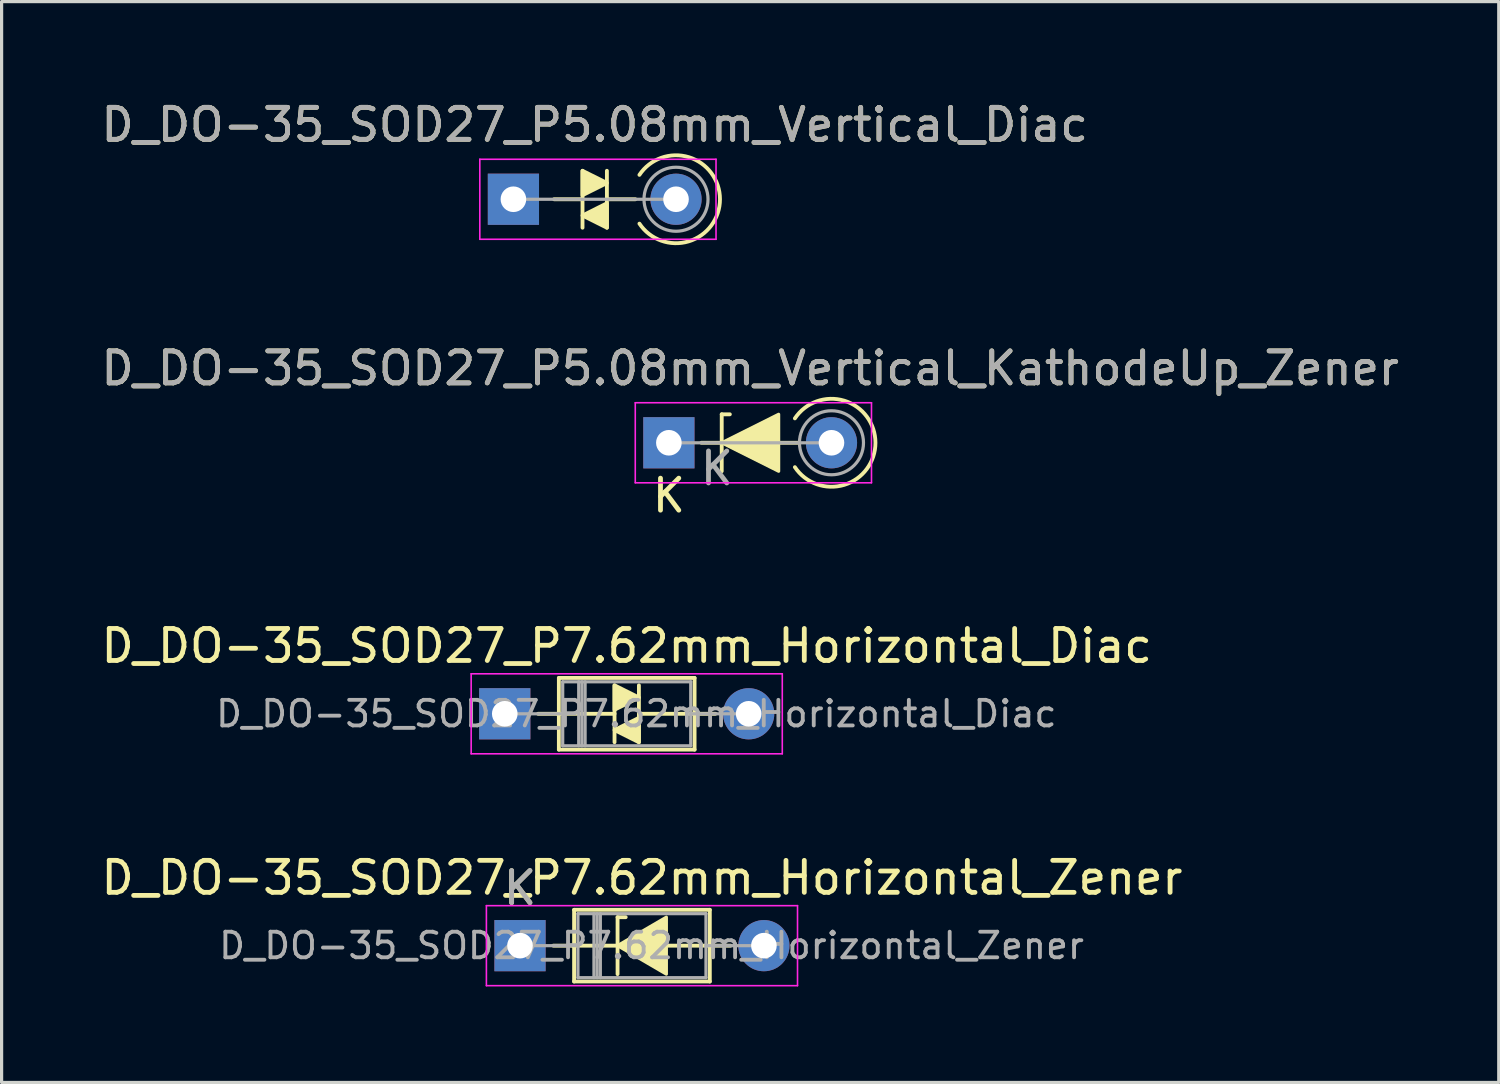
<source format=kicad_pcb>
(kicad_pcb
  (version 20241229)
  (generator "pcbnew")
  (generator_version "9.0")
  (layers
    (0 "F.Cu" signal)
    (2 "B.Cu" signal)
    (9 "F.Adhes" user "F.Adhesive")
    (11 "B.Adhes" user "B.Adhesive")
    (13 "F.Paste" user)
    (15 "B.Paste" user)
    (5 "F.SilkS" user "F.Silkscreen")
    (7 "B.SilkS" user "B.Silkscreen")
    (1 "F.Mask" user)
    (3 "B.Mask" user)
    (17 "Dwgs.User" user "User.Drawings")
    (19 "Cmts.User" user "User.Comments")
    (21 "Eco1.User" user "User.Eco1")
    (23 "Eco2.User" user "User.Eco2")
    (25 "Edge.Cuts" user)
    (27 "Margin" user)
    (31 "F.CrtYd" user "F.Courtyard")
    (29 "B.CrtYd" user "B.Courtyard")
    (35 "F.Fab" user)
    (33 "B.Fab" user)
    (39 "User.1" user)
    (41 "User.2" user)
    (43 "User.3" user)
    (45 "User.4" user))
  (footprint "D_DO-35_SOD27_P5.08mm_Vertical_KathodeUp_Zener"
    (layer "F.Cu")
    (at 17.847 10.783)
    (property "Reference" "D_DO-35_SOD27_P5.08mm_Vertical_KathodeUp_Zener" (at 2.54 -2.326 0) (layer "F.SilkS") (effects (font (size 1 1) (thickness 0.15))))
    (attr through_hole)
    (fp_line (start 1.651 -0.889) (end 1.651 0.889) (stroke (width 0.12) (type solid)) (layer "F.SilkS"))
    (fp_line (start 1.651 -0.889) (end 1.905 -0.889) (stroke (width 0.12) (type solid)) (layer "F.SilkS"))
    (fp_line (start 4.064 0) (end 1.016 0) (stroke (width 0.12) (type solid)) (layer "F.SilkS"))
    (fp_arc (start 3.937 -0.761998) (mid 6.453713 0.000001) (end 3.937 0.762) (stroke (width 0.12) (type solid)) (layer "F.SilkS"))
    (fp_poly (pts (xy 3.429 0.889) (xy 1.651 0) (xy 3.429 -0.889)) (stroke (width 0.1) (type solid)) (fill yes) (layer "F.SilkS"))
    (fp_line (start -1.05 -1.25) (end -1.05 1.25) (stroke (width 0.05) (type solid)) (layer "F.CrtYd"))
    (fp_line (start -1.05 1.25) (end 6.33 1.25) (stroke (width 0.05) (type solid)) (layer "F.CrtYd"))
    (fp_line (start 6.33 -1.25) (end -1.05 -1.25) (stroke (width 0.05) (type solid)) (layer "F.CrtYd"))
    (fp_line (start 6.33 1.25) (end 6.33 -1.25) (stroke (width 0.05) (type solid)) (layer "F.CrtYd"))
    (fp_line (start 0 0) (end 5.08 0) (stroke (width 0.1) (type solid)) (layer "F.Fab"))
    (fp_circle (center 5.08 0) (end 6.08 0) (stroke (width 0.1) (type solid)) (fill no) (layer "F.Fab"))
    (fp_text user "K" (at 0 1.651 0) (layer "F.SilkS") (effects (font (size 1 1) (thickness 0.15))))
    (fp_text user "K" (at 1.5 0.8 0) (layer "F.Fab") (effects (font (size 1 1) (thickness 0.15))))
    (fp_text user "${REFERENCE}" (at 2.54 -2.326 0) (layer "F.Fab") (effects (font (size 1 1) (thickness 0.15))))
    (pad "1" thru_hole rect (at 0 0) (size 1.6 1.6) (drill 0.8) (layers "*.Cu" "*.Mask"))
    (pad "2" thru_hole oval (at 5.08 0) (size 1.6 1.6) (drill 0.8) (layers "*.Cu" "*.Mask")))
  (footprint "D_DO-35_SOD27_P7.62mm_Horizontal_Zener"
    (layer "F.Cu")
    (at 13.196 26.494)
    (property "Reference" "D_DO-35_SOD27_P7.62mm_Horizontal_Zener" (at 3.81 -2.12 0) (layer "F.SilkS") (effects (font (size 1 1) (thickness 0.15))))
    (attr through_hole)
    (fp_line (start 1.04 0) (end 1.69 0) (stroke (width 0.12) (type solid)) (layer "F.SilkS"))
    (fp_line (start 1.651 0) (end 3.048 0) (stroke (width 0.12) (type solid)) (layer "F.SilkS"))
    (fp_line (start 1.69 -1.12) (end 1.69 1.12) (stroke (width 0.12) (type solid)) (layer "F.SilkS"))
    (fp_line (start 1.69 1.12) (end 5.93 1.12) (stroke (width 0.12) (type solid)) (layer "F.SilkS"))
    (fp_line (start 3.048 -0.889) (end 3.048 0.889) (stroke (width 0.12) (type solid)) (layer "F.SilkS"))
    (fp_line (start 3.048 -0.889) (end 3.302 -0.889) (stroke (width 0.12) (type solid)) (layer "F.SilkS"))
    (fp_line (start 5.93 -1.12) (end 1.69 -1.12) (stroke (width 0.12) (type solid)) (layer "F.SilkS"))
    (fp_line (start 5.93 0) (end 4.636 0) (stroke (width 0.12) (type solid)) (layer "F.SilkS"))
    (fp_line (start 5.93 1.12) (end 5.93 -1.12) (stroke (width 0.12) (type solid)) (layer "F.SilkS"))
    (fp_line (start 6.58 0) (end 5.93 0) (stroke (width 0.12) (type solid)) (layer "F.SilkS"))
    (fp_poly (pts (xy 4.572 0.889) (xy 3.048 0) (xy 4.572 -0.889)) (stroke (width 0.1) (type solid)) (fill yes) (layer "F.SilkS"))
    (fp_line (start -1.05 -1.25) (end -1.05 1.25) (stroke (width 0.05) (type solid)) (layer "F.CrtYd"))
    (fp_line (start -1.05 1.25) (end 8.67 1.25) (stroke (width 0.05) (type solid)) (layer "F.CrtYd"))
    (fp_line (start 8.67 -1.25) (end -1.05 -1.25) (stroke (width 0.05) (type solid)) (layer "F.CrtYd"))
    (fp_line (start 8.67 1.25) (end 8.67 -1.25) (stroke (width 0.05) (type solid)) (layer "F.CrtYd"))
    (fp_line (start 0 0) (end 1.81 0) (stroke (width 0.1) (type solid)) (layer "F.Fab"))
    (fp_line (start 1.81 -1) (end 1.81 1) (stroke (width 0.1) (type solid)) (layer "F.Fab"))
    (fp_line (start 1.81 1) (end 5.81 1) (stroke (width 0.1) (type solid)) (layer "F.Fab"))
    (fp_line (start 2.31 -1) (end 2.31 1) (stroke (width 0.1) (type solid)) (layer "F.Fab"))
    (fp_line (start 2.41 -1) (end 2.41 1) (stroke (width 0.1) (type solid)) (layer "F.Fab"))
    (fp_line (start 2.51 -1) (end 2.51 1) (stroke (width 0.1) (type solid)) (layer "F.Fab"))
    (fp_line (start 5.81 -1) (end 1.81 -1) (stroke (width 0.1) (type solid)) (layer "F.Fab"))
    (fp_line (start 5.81 1) (end 5.81 -1) (stroke (width 0.1) (type solid)) (layer "F.Fab"))
    (fp_line (start 7.62 0) (end 5.81 0) (stroke (width 0.1) (type solid)) (layer "F.Fab"))
    (fp_text user "K" (at 0 -1.8 0) (layer "F.SilkS") (effects (font (size 1 1) (thickness 0.15))))
    (fp_text user "${REFERENCE}" (at 4.11 0 0) (layer "F.Fab") (effects (font (size 0.8 0.8) (thickness 0.12))))
    (fp_text user "K" (at 0 -1.8 0) (layer "F.Fab") (effects (font (size 1 1) (thickness 0.15))))
    (pad "1" thru_hole rect (at 0 0) (size 1.6 1.6) (drill 0.8) (layers "*.Cu" "*.Mask"))
    (pad "2" thru_hole oval (at 7.62 0) (size 1.6 1.6) (drill 0.8) (layers "*.Cu" "*.Mask")))
  (footprint "D_DO-35_SOD27_P7.62mm_Horizontal_Diac"
    (layer "F.Cu")
    (at 12.72 19.25)
    (property "Reference" "D_DO-35_SOD27_P7.62mm_Horizontal_Diac" (at 3.81 -2.12 0) (layer "F.SilkS") (effects (font (size 1 1) (thickness 0.15))))
    (fp_line (start 1.04 0) (end 1.69 0) (stroke (width 0.12) (type solid)) (layer "F.SilkS"))
    (fp_line (start 1.651 0) (end 3.429 0) (stroke (width 0.12) (type solid)) (layer "F.SilkS"))
    (fp_line (start 1.69 -1.12) (end 1.69 1.12) (stroke (width 0.12) (type solid)) (layer "F.SilkS"))
    (fp_line (start 1.69 1.12) (end 5.93 1.12) (stroke (width 0.12) (type solid)) (layer "F.SilkS"))
    (fp_line (start 3.429 -0.889) (end 3.429 0.889) (stroke (width 0.12) (type solid)) (layer "F.SilkS"))
    (fp_line (start 4.191 -0.889) (end 4.191 0.889) (stroke (width 0.12) (type solid)) (layer "F.SilkS"))
    (fp_line (start 5.93 -1.12) (end 1.69 -1.12) (stroke (width 0.12) (type solid)) (layer "F.SilkS"))
    (fp_line (start 5.93 0) (end 4.191 0) (stroke (width 0.12) (type solid)) (layer "F.SilkS"))
    (fp_line (start 5.93 1.12) (end 5.93 -1.12) (stroke (width 0.12) (type solid)) (layer "F.SilkS"))
    (fp_line (start 6.58 0) (end 5.93 0) (stroke (width 0.12) (type solid)) (layer "F.SilkS"))
    (fp_poly (pts (xy 4.191 -0.508) (xy 3.429 -0.127) (xy 3.429 -0.889)) (stroke (width 0.12) (type solid)) (fill yes) (layer "F.SilkS"))
    (fp_poly (pts (xy 4.191 0.889) (xy 3.429 0.508) (xy 4.191 0.127)) (stroke (width 0.12) (type solid)) (fill yes) (layer "F.SilkS"))
    (fp_line (start -1.05 -1.25) (end -1.05 1.25) (stroke (width 0.05) (type solid)) (layer "F.CrtYd"))
    (fp_line (start -1.05 1.25) (end 8.67 1.25) (stroke (width 0.05) (type solid)) (layer "F.CrtYd"))
    (fp_line (start 8.67 -1.25) (end -1.05 -1.25) (stroke (width 0.05) (type solid)) (layer "F.CrtYd"))
    (fp_line (start 8.67 1.25) (end 8.67 -1.25) (stroke (width 0.05) (type solid)) (layer "F.CrtYd"))
    (fp_line (start 0 0) (end 1.81 0) (stroke (width 0.1) (type solid)) (layer "F.Fab"))
    (fp_line (start 1.81 -1) (end 1.81 1) (stroke (width 0.1) (type solid)) (layer "F.Fab"))
    (fp_line (start 1.81 1) (end 5.81 1) (stroke (width 0.1) (type solid)) (layer "F.Fab"))
    (fp_line (start 2.31 -1) (end 2.31 1) (stroke (width 0.1) (type solid)) (layer "F.Fab"))
    (fp_line (start 2.41 -1) (end 2.41 1) (stroke (width 0.1) (type solid)) (layer "F.Fab"))
    (fp_line (start 2.51 -1) (end 2.51 1) (stroke (width 0.1) (type solid)) (layer "F.Fab"))
    (fp_line (start 5.81 -1) (end 1.81 -1) (stroke (width 0.1) (type solid)) (layer "F.Fab"))
    (fp_line (start 5.81 1) (end 5.81 -1) (stroke (width 0.1) (type solid)) (layer "F.Fab"))
    (fp_line (start 7.62 0) (end 5.81 0) (stroke (width 0.1) (type solid)) (layer "F.Fab"))
    (fp_text user "${REFERENCE}" (at 4.11 0 0) (layer "F.Fab") (effects (font (size 0.8 0.8) (thickness 0.12))))
    (pad "1" thru_hole rect (at 0 0) (size 1.6 1.6) (drill 0.8) (layers "*.Cu" "*.Mask"))
    (pad "2" thru_hole oval (at 7.62 0) (size 1.6 1.6) (drill 0.8) (layers "*.Cu" "*.Mask")))
  (footprint "D_DO-35_SOD27_P5.08mm_Vertical_Diac"
    (layer "F.Cu")
    (at 12.99 3.175)
    (property "Reference" "D_DO-35_SOD27_P5.08mm_Vertical_Diac" (at 2.54 -2.326 0) (layer "F.SilkS") (effects (font (size 1 1) (thickness 0.15))))
    (fp_line (start 1.27 0) (end 2.159 0) (stroke (width 0.12) (type solid)) (layer "F.SilkS"))
    (fp_line (start 2.159 -0.889) (end 2.159 0.889) (stroke (width 0.12) (type solid)) (layer "F.SilkS"))
    (fp_line (start 2.921 -0.889) (end 2.921 0.889) (stroke (width 0.12) (type solid)) (layer "F.SilkS"))
    (fp_line (start 3.81 0) (end 2.921 0) (stroke (width 0.12) (type solid)) (layer "F.SilkS"))
    (fp_arc (start 3.937 -0.761998) (mid 6.453713 0.000001) (end 3.937 0.762) (stroke (width 0.12) (type solid)) (layer "F.SilkS"))
    (fp_poly (pts (xy 2.921 -0.508) (xy 2.159 -0.127) (xy 2.159 -0.889)) (stroke (width 0.12) (type solid)) (fill yes) (layer "F.SilkS"))
    (fp_poly (pts (xy 2.921 0.889) (xy 2.159 0.508) (xy 2.921 0.127)) (stroke (width 0.12) (type solid)) (fill yes) (layer "F.SilkS"))
    (fp_line (start -1.05 -1.25) (end -1.05 1.25) (stroke (width 0.05) (type solid)) (layer "F.CrtYd"))
    (fp_line (start -1.05 1.25) (end 6.33 1.25) (stroke (width 0.05) (type solid)) (layer "F.CrtYd"))
    (fp_line (start 6.33 -1.25) (end -1.05 -1.25) (stroke (width 0.05) (type solid)) (layer "F.CrtYd"))
    (fp_line (start 6.33 1.25) (end 6.33 -1.25) (stroke (width 0.05) (type solid)) (layer "F.CrtYd"))
    (fp_line (start 0 0) (end 5.08 0) (stroke (width 0.1) (type solid)) (layer "F.Fab"))
    (fp_circle (center 5.08 0) (end 6.08 0) (stroke (width 0.1) (type solid)) (fill no) (layer "F.Fab"))
    (fp_text user "${REFERENCE}" (at 2.54 -2.326 0) (layer "F.Fab") (effects (font (size 1 1) (thickness 0.15))))
    (pad "1" thru_hole rect (at 0 0) (size 1.6 1.6) (drill 0.8) (layers "*.Cu" "*.Mask"))
    (pad "2" thru_hole oval (at 5.08 0) (size 1.6 1.6) (drill 0.8) (layers "*.Cu" "*.Mask")))
  (gr_rect
    (start -3 -3)
    (end 43.774 30.769)
    (stroke (width 0.1) (type default))
    (fill no)
    (layer "Edge.Cuts")))
</source>
